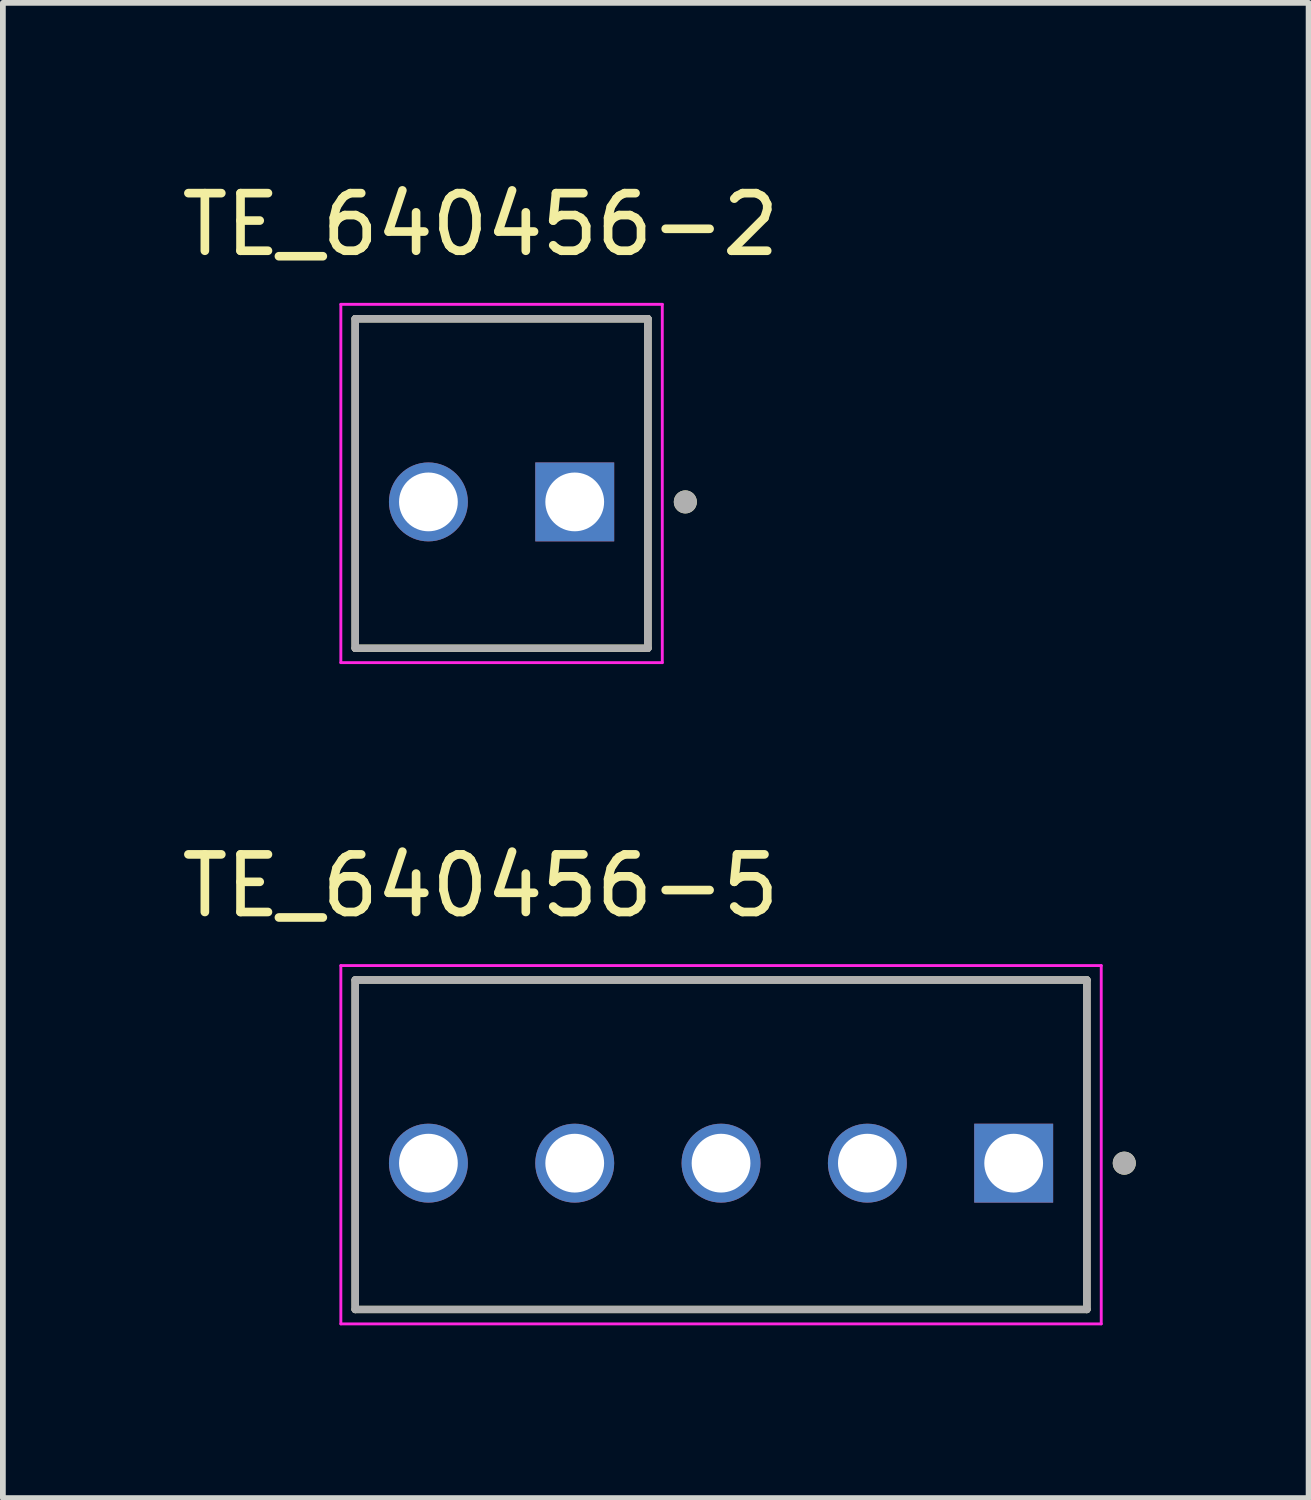
<source format=kicad_pcb>
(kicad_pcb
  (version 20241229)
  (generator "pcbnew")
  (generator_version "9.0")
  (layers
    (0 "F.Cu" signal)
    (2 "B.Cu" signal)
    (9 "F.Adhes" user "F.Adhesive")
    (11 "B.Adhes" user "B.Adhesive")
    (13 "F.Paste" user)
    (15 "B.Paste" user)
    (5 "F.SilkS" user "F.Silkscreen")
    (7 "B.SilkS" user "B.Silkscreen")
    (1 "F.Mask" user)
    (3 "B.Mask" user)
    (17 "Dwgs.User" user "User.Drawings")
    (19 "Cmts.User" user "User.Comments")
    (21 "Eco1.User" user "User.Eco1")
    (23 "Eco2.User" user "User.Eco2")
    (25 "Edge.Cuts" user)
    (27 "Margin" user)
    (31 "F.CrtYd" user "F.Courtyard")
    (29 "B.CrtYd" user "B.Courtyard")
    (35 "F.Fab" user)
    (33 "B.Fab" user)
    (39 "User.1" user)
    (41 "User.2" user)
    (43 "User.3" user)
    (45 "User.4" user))
  (footprint "TE_640456-5"
    (layer "F.Cu")
    (at 14.547 17.142)
    (property "Reference" "TE_640456-5" (at -9.255 -4.815 0) (layer "F.SilkS") (effects (font (size 1 1) (thickness 0.15))))
    (attr through_hole)
    (fp_line (start -11.43 2.54) (end -11.43 -3.18) (stroke (width 0.127) (type solid)) (layer "F.SilkS"))
    (fp_line (start 1.27 -3.18) (end -11.43 -3.18) (stroke (width 0.127) (type solid)) (layer "F.SilkS"))
    (fp_line (start 1.27 -3.18) (end 1.27 2.54) (stroke (width 0.127) (type solid)) (layer "F.SilkS"))
    (fp_line (start 1.27 2.54) (end -11.43 2.54) (stroke (width 0.127) (type solid)) (layer "F.SilkS"))
    (fp_circle (center 1.92 0) (end 2.02 0) (stroke (width 0.2) (type solid)) (fill no) (layer "F.SilkS"))
    (fp_line (start -11.68 -3.43) (end 1.52 -3.43) (stroke (width 0.05) (type solid)) (layer "F.CrtYd"))
    (fp_line (start -11.68 2.79) (end -11.68 -3.43) (stroke (width 0.05) (type solid)) (layer "F.CrtYd"))
    (fp_line (start 1.52 -3.43) (end 1.52 2.79) (stroke (width 0.05) (type solid)) (layer "F.CrtYd"))
    (fp_line (start 1.52 2.79) (end -11.68 2.79) (stroke (width 0.05) (type solid)) (layer "F.CrtYd"))
    (fp_line (start -11.43 -3.18) (end 1.27 -3.18) (stroke (width 0.127) (type solid)) (layer "F.Fab"))
    (fp_line (start -11.43 -3.18) (end 1.27 -3.18) (stroke (width 0.127) (type solid)) (layer "F.Fab"))
    (fp_line (start -11.43 2.54) (end -11.43 -3.18) (stroke (width 0.127) (type solid)) (layer "F.Fab"))
    (fp_line (start -11.43 2.54) (end -11.43 -3.18) (stroke (width 0.127) (type solid)) (layer "F.Fab"))
    (fp_line (start 1.27 -3.18) (end 1.27 2.54) (stroke (width 0.127) (type solid)) (layer "F.Fab"))
    (fp_line (start 1.27 -3.18) (end 1.27 2.54) (stroke (width 0.127) (type solid)) (layer "F.Fab"))
    (fp_line (start 1.27 2.54) (end -11.43 2.54) (stroke (width 0.127) (type solid)) (layer "F.Fab"))
    (fp_circle (center 1.92 0) (end 2.02 0) (stroke (width 0.2) (type solid)) (fill no) (layer "F.Fab"))
    (pad "1" thru_hole rect (at 0 0) (size 1.37 1.37) (drill 1.02) (layers "*.Cu" "*.Mask"))
    (pad "2" thru_hole circle (at -2.54 0) (size 1.37 1.37) (drill 1.02) (layers "*.Cu" "*.Mask"))
    (pad "3" thru_hole circle (at -5.08 0) (size 1.37 1.37) (drill 1.02) (layers "*.Cu" "*.Mask"))
    (pad "4" thru_hole circle (at -7.62 0) (size 1.37 1.37) (drill 1.02) (layers "*.Cu" "*.Mask"))
    (pad "5" thru_hole circle (at -10.16 0) (size 1.37 1.37) (drill 1.02) (layers "*.Cu" "*.Mask")))
  (footprint "TE_640456-2"
    (layer "F.Cu")
    (at 6.927 5.663)
    (property "Reference" "TE_640456-2" (at -1.635 -4.815 0) (layer "F.SilkS") (effects (font (size 1 1) (thickness 0.15))))
    (attr through_hole)
    (fp_line (start -3.81 2.54) (end -3.81 -3.18) (stroke (width 0.127) (type solid)) (layer "F.SilkS"))
    (fp_line (start 1.27 -3.18) (end -3.81 -3.18) (stroke (width 0.127) (type solid)) (layer "F.SilkS"))
    (fp_line (start 1.27 -3.18) (end 1.27 2.54) (stroke (width 0.127) (type solid)) (layer "F.SilkS"))
    (fp_line (start 1.27 2.54) (end -3.81 2.54) (stroke (width 0.127) (type solid)) (layer "F.SilkS"))
    (fp_circle (center 1.92 0) (end 2.02 0) (stroke (width 0.2) (type solid)) (fill no) (layer "F.SilkS"))
    (fp_line (start -4.06 -3.43) (end 1.52 -3.43) (stroke (width 0.05) (type solid)) (layer "F.CrtYd"))
    (fp_line (start -4.06 2.79) (end -4.06 -3.43) (stroke (width 0.05) (type solid)) (layer "F.CrtYd"))
    (fp_line (start 1.52 -3.43) (end 1.52 2.79) (stroke (width 0.05) (type solid)) (layer "F.CrtYd"))
    (fp_line (start 1.52 2.79) (end -4.06 2.79) (stroke (width 0.05) (type solid)) (layer "F.CrtYd"))
    (fp_line (start -3.81 -3.18) (end 1.27 -3.18) (stroke (width 0.127) (type solid)) (layer "F.Fab"))
    (fp_line (start -3.81 -3.18) (end 1.27 -3.18) (stroke (width 0.127) (type solid)) (layer "F.Fab"))
    (fp_line (start -3.81 2.54) (end -3.81 -3.18) (stroke (width 0.127) (type solid)) (layer "F.Fab"))
    (fp_line (start -3.81 2.54) (end -3.81 -3.18) (stroke (width 0.127) (type solid)) (layer "F.Fab"))
    (fp_line (start 1.27 -3.18) (end 1.27 2.54) (stroke (width 0.127) (type solid)) (layer "F.Fab"))
    (fp_line (start 1.27 -3.18) (end 1.27 2.54) (stroke (width 0.127) (type solid)) (layer "F.Fab"))
    (fp_line (start 1.27 2.54) (end -3.81 2.54) (stroke (width 0.127) (type solid)) (layer "F.Fab"))
    (fp_circle (center 1.92 0) (end 2.02 0) (stroke (width 0.2) (type solid)) (fill no) (layer "F.Fab"))
    (pad "1" thru_hole rect (at 0 0) (size 1.37 1.37) (drill 1.02) (layers "*.Cu" "*.Mask"))
    (pad "2" thru_hole circle (at -2.54 0) (size 1.37 1.37) (drill 1.02) (layers "*.Cu" "*.Mask")))
  (gr_rect
    (start -3 -3)
    (end 19.667 22.956)
    (stroke (width 0.1) (type default))
    (fill no)
    (layer "Edge.Cuts")))
</source>
